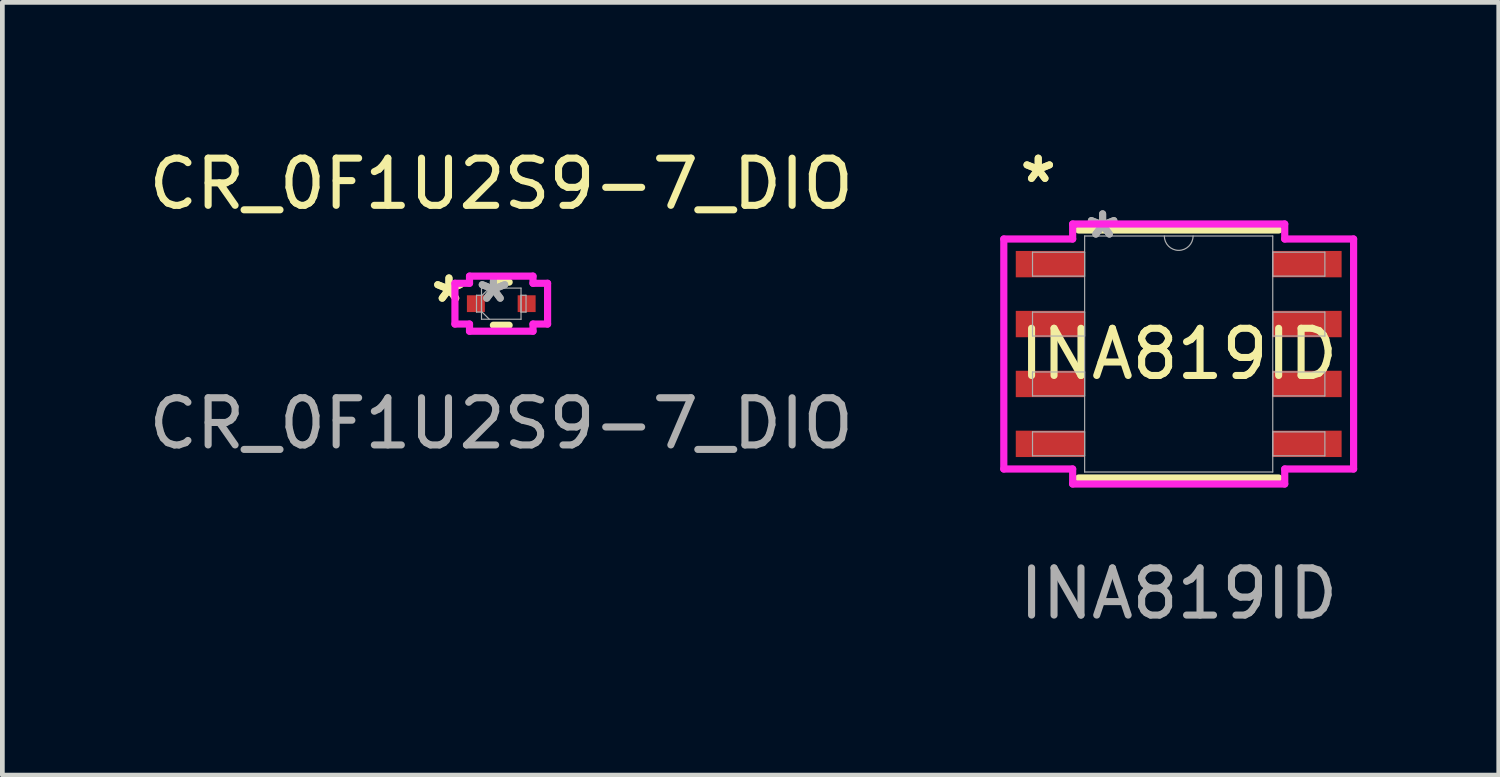
<source format=kicad_pcb>
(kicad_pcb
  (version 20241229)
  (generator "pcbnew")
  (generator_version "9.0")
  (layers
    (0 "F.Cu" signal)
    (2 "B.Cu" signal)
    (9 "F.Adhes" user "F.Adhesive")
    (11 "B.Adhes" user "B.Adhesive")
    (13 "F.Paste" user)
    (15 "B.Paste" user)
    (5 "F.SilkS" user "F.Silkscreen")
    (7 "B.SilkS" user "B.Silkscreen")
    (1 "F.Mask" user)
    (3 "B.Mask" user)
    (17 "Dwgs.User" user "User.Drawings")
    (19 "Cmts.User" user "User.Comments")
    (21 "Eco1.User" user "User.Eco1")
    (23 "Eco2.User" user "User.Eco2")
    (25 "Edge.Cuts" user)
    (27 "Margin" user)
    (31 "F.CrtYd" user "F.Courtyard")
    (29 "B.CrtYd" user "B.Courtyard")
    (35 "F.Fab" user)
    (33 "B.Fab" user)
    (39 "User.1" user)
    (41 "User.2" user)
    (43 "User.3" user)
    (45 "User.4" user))
  (footprint "CR_0F1U2S9-7_DIO"
    (layer "F.Cu")
    (at 7.577 3.388)
    (property "Reference" "CR_0F1U2S9-7_DIO" (at 0 -2.54 0) (unlocked yes) (layer "F.SilkS") (effects (font (size 1 1) (thickness 0.15))))
    (attr smd)
    (fp_line (start -0.167 0.457) (end 0.167 0.457) (stroke (width 0.152) (type solid)) (layer "F.SilkS"))
    (fp_line (start 0.167 -0.457) (end -0.167 -0.457) (stroke (width 0.152) (type solid)) (layer "F.SilkS"))
    (fp_line (start -0.982 -0.432) (end -0.673 -0.432) (stroke (width 0.152) (type solid)) (layer "F.CrtYd"))
    (fp_line (start -0.982 0.432) (end -0.982 -0.432) (stroke (width 0.152) (type solid)) (layer "F.CrtYd"))
    (fp_line (start -0.673 -0.584) (end 0.673 -0.584) (stroke (width 0.152) (type solid)) (layer "F.CrtYd"))
    (fp_line (start -0.673 -0.432) (end -0.673 -0.584) (stroke (width 0.152) (type solid)) (layer "F.CrtYd"))
    (fp_line (start -0.673 0.432) (end -0.982 0.432) (stroke (width 0.152) (type solid)) (layer "F.CrtYd"))
    (fp_line (start -0.673 0.584) (end -0.673 0.432) (stroke (width 0.152) (type solid)) (layer "F.CrtYd"))
    (fp_line (start 0.673 -0.584) (end 0.673 -0.432) (stroke (width 0.152) (type solid)) (layer "F.CrtYd"))
    (fp_line (start 0.673 -0.432) (end 0.982 -0.432) (stroke (width 0.152) (type solid)) (layer "F.CrtYd"))
    (fp_line (start 0.673 0.432) (end 0.673 0.584) (stroke (width 0.152) (type solid)) (layer "F.CrtYd"))
    (fp_line (start 0.673 0.584) (end -0.673 0.584) (stroke (width 0.152) (type solid)) (layer "F.CrtYd"))
    (fp_line (start 0.982 -0.432) (end 0.982 0.432) (stroke (width 0.152) (type solid)) (layer "F.CrtYd"))
    (fp_line (start 0.982 0.432) (end 0.673 0.432) (stroke (width 0.152) (type solid)) (layer "F.CrtYd"))
    (fp_line (start -0.525 -0.178) (end -0.525 0.178) (stroke (width 0.025) (type solid)) (layer "F.Fab"))
    (fp_line (start -0.525 0.178) (end -0.419 0.178) (stroke (width 0.025) (type solid)) (layer "F.Fab"))
    (fp_line (start -0.419 -0.33) (end -0.419 0.33) (stroke (width 0.025) (type solid)) (layer "F.Fab"))
    (fp_line (start -0.419 -0.178) (end -0.525 -0.178) (stroke (width 0.025) (type solid)) (layer "F.Fab"))
    (fp_line (start -0.419 -0.165) (end -0.254 -0.33) (stroke (width 0.025) (type solid)) (layer "F.Fab"))
    (fp_line (start -0.419 0.165) (end -0.254 0.33) (stroke (width 0.025) (type solid)) (layer "F.Fab"))
    (fp_line (start -0.419 0.178) (end -0.419 -0.178) (stroke (width 0.025) (type solid)) (layer "F.Fab"))
    (fp_line (start -0.419 0.33) (end 0.419 0.33) (stroke (width 0.025) (type solid)) (layer "F.Fab"))
    (fp_line (start 0.419 -0.33) (end -0.419 -0.33) (stroke (width 0.025) (type solid)) (layer "F.Fab"))
    (fp_line (start 0.419 -0.178) (end 0.419 0.178) (stroke (width 0.025) (type solid)) (layer "F.Fab"))
    (fp_line (start 0.419 0.178) (end 0.525 0.178) (stroke (width 0.025) (type solid)) (layer "F.Fab"))
    (fp_line (start 0.419 0.33) (end 0.419 -0.33) (stroke (width 0.025) (type solid)) (layer "F.Fab"))
    (fp_line (start 0.525 -0.178) (end 0.419 -0.178) (stroke (width 0.025) (type solid)) (layer "F.Fab"))
    (fp_line (start 0.525 0.178) (end 0.525 -0.178) (stroke (width 0.025) (type solid)) (layer "F.Fab"))
    (fp_text user "*" (at -1.109 0 0) (unlocked yes) (layer "F.SilkS") (effects (font (size 1 1) (thickness 0.15))))
    (fp_text user "*" (at -1.109 0 0) (layer "F.SilkS") (effects (font (size 1 1) (thickness 0.15))))
    (fp_text user "*" (at -0.165 0 0) (unlocked yes) (layer "F.Fab") (effects (font (size 1 1) (thickness 0.15))))
    (fp_text user "${REFERENCE}" (at 0 2.54 0) (unlocked yes) (layer "F.Fab") (effects (font (size 1 1) (thickness 0.15))))
    (fp_text user "*" (at -0.165 0 0) (layer "F.Fab") (effects (font (size 1 1) (thickness 0.15))))
    (pad "1" smd rect (at -0.538 0) (size 0.381 0.356) (layers "F.Cu" "F.Mask" "F.Paste"))
    (pad "2" smd rect (at 0.538 0) (size 0.381 0.356) (layers "F.Cu" "F.Mask" "F.Paste"))
    (zone (net_name "") (layer "F.Cu") (hatch full 0.508) (connect_pads) (min_thickness 0.254) (filled_areas_thickness no) (keepout (tracks not_allowed) (vias not_allowed) (pads allowed) (copperpour not_allowed) (footprints allowed)) (placement (enabled no)) (fill) (polygon (pts (xy 7.281 3.109) (xy 7.874 3.109) (xy 7.874 3.668) (xy 7.281 3.668)))))
  (footprint "INA819ID"
    (layer "F.Cu")
    (at 21.939 4.455)
    (property "Reference" "INA819ID" (at 0 0 0) (unlocked yes) (layer "F.SilkS") (effects (font (size 1 1) (thickness 0.15))))
    (attr smd)
    (fp_line (start -2.121 2.629) (end 2.121 2.629) (stroke (width 0.152) (type solid)) (layer "F.SilkS"))
    (fp_line (start 2.121 -2.629) (end -2.121 -2.629) (stroke (width 0.152) (type solid)) (layer "F.SilkS"))
    (fp_line (start -3.708 -2.438) (end -2.248 -2.438) (stroke (width 0.152) (type solid)) (layer "F.CrtYd"))
    (fp_line (start -3.708 2.438) (end -3.708 -2.438) (stroke (width 0.152) (type solid)) (layer "F.CrtYd"))
    (fp_line (start -3.708 2.438) (end -2.248 2.438) (stroke (width 0.152) (type solid)) (layer "F.CrtYd"))
    (fp_line (start -2.248 -2.756) (end 2.248 -2.756) (stroke (width 0.152) (type solid)) (layer "F.CrtYd"))
    (fp_line (start -2.248 -2.438) (end -2.248 -2.756) (stroke (width 0.152) (type solid)) (layer "F.CrtYd"))
    (fp_line (start -2.248 2.756) (end -2.248 2.438) (stroke (width 0.152) (type solid)) (layer "F.CrtYd"))
    (fp_line (start 2.248 -2.756) (end 2.248 -2.438) (stroke (width 0.152) (type solid)) (layer "F.CrtYd"))
    (fp_line (start 2.248 2.438) (end 2.248 2.756) (stroke (width 0.152) (type solid)) (layer "F.CrtYd"))
    (fp_line (start 2.248 2.756) (end -2.248 2.756) (stroke (width 0.152) (type solid)) (layer "F.CrtYd"))
    (fp_line (start 3.708 -2.438) (end 2.248 -2.438) (stroke (width 0.152) (type solid)) (layer "F.CrtYd"))
    (fp_line (start 3.708 -2.438) (end 3.708 2.438) (stroke (width 0.152) (type solid)) (layer "F.CrtYd"))
    (fp_line (start 3.708 2.438) (end 2.248 2.438) (stroke (width 0.152) (type solid)) (layer "F.CrtYd"))
    (fp_line (start -3.099 -2.159) (end -3.099 -1.651) (stroke (width 0.025) (type solid)) (layer "F.Fab"))
    (fp_line (start -3.099 -1.651) (end -1.994 -1.651) (stroke (width 0.025) (type solid)) (layer "F.Fab"))
    (fp_line (start -3.099 -0.889) (end -3.099 -0.381) (stroke (width 0.025) (type solid)) (layer "F.Fab"))
    (fp_line (start -3.099 -0.381) (end -1.994 -0.381) (stroke (width 0.025) (type solid)) (layer "F.Fab"))
    (fp_line (start -3.099 0.381) (end -3.099 0.889) (stroke (width 0.025) (type solid)) (layer "F.Fab"))
    (fp_line (start -3.099 0.889) (end -1.994 0.889) (stroke (width 0.025) (type solid)) (layer "F.Fab"))
    (fp_line (start -3.099 1.651) (end -3.099 2.159) (stroke (width 0.025) (type solid)) (layer "F.Fab"))
    (fp_line (start -3.099 2.159) (end -1.994 2.159) (stroke (width 0.025) (type solid)) (layer "F.Fab"))
    (fp_line (start -1.994 -2.502) (end -1.994 2.502) (stroke (width 0.025) (type solid)) (layer "F.Fab"))
    (fp_line (start -1.994 -2.159) (end -3.099 -2.159) (stroke (width 0.025) (type solid)) (layer "F.Fab"))
    (fp_line (start -1.994 -1.651) (end -1.994 -2.159) (stroke (width 0.025) (type solid)) (layer "F.Fab"))
    (fp_line (start -1.994 -0.889) (end -3.099 -0.889) (stroke (width 0.025) (type solid)) (layer "F.Fab"))
    (fp_line (start -1.994 -0.381) (end -1.994 -0.889) (stroke (width 0.025) (type solid)) (layer "F.Fab"))
    (fp_line (start -1.994 0.381) (end -3.099 0.381) (stroke (width 0.025) (type solid)) (layer "F.Fab"))
    (fp_line (start -1.994 0.889) (end -1.994 0.381) (stroke (width 0.025) (type solid)) (layer "F.Fab"))
    (fp_line (start -1.994 1.651) (end -3.099 1.651) (stroke (width 0.025) (type solid)) (layer "F.Fab"))
    (fp_line (start -1.994 2.159) (end -1.994 1.651) (stroke (width 0.025) (type solid)) (layer "F.Fab"))
    (fp_line (start -1.994 2.502) (end 1.994 2.502) (stroke (width 0.025) (type solid)) (layer "F.Fab"))
    (fp_line (start 1.994 -2.502) (end -1.994 -2.502) (stroke (width 0.025) (type solid)) (layer "F.Fab"))
    (fp_line (start 1.994 -2.159) (end 1.994 -1.651) (stroke (width 0.025) (type solid)) (layer "F.Fab"))
    (fp_line (start 1.994 -1.651) (end 3.099 -1.651) (stroke (width 0.025) (type solid)) (layer "F.Fab"))
    (fp_line (start 1.994 -0.889) (end 1.994 -0.381) (stroke (width 0.025) (type solid)) (layer "F.Fab"))
    (fp_line (start 1.994 -0.381) (end 3.099 -0.381) (stroke (width 0.025) (type solid)) (layer "F.Fab"))
    (fp_line (start 1.994 0.381) (end 1.994 0.889) (stroke (width 0.025) (type solid)) (layer "F.Fab"))
    (fp_line (start 1.994 0.889) (end 3.099 0.889) (stroke (width 0.025) (type solid)) (layer "F.Fab"))
    (fp_line (start 1.994 1.651) (end 1.994 2.159) (stroke (width 0.025) (type solid)) (layer "F.Fab"))
    (fp_line (start 1.994 2.159) (end 3.099 2.159) (stroke (width 0.025) (type solid)) (layer "F.Fab"))
    (fp_line (start 1.994 2.502) (end 1.994 -2.502) (stroke (width 0.025) (type solid)) (layer "F.Fab"))
    (fp_line (start 3.099 -2.159) (end 1.994 -2.159) (stroke (width 0.025) (type solid)) (layer "F.Fab"))
    (fp_line (start 3.099 -1.651) (end 3.099 -2.159) (stroke (width 0.025) (type solid)) (layer "F.Fab"))
    (fp_line (start 3.099 -0.889) (end 1.994 -0.889) (stroke (width 0.025) (type solid)) (layer "F.Fab"))
    (fp_line (start 3.099 -0.381) (end 3.099 -0.889) (stroke (width 0.025) (type solid)) (layer "F.Fab"))
    (fp_line (start 3.099 0.381) (end 1.994 0.381) (stroke (width 0.025) (type solid)) (layer "F.Fab"))
    (fp_line (start 3.099 0.889) (end 3.099 0.381) (stroke (width 0.025) (type solid)) (layer "F.Fab"))
    (fp_line (start 3.099 1.651) (end 1.994 1.651) (stroke (width 0.025) (type solid)) (layer "F.Fab"))
    (fp_line (start 3.099 2.159) (end 3.099 1.651) (stroke (width 0.025) (type solid)) (layer "F.Fab"))
    (fp_arc (start 0.3048 -2.5019) (mid 0 -2.1971) (end -0.3048 -2.5019) (stroke (width 0.0254) (type solid)) (layer "F.Fab"))
    (fp_text user "*" (at -2.978 -3.607 0) (unlocked yes) (layer "F.SilkS") (effects (font (size 1 1) (thickness 0.15))))
    (fp_text user "*" (at -2.978 -3.607 0) (layer "F.SilkS") (effects (font (size 1 1) (thickness 0.15))))
    (fp_text user "${REFERENCE}" (at 0 5.08 0) (unlocked yes) (layer "F.Fab") (effects (font (size 1 1) (thickness 0.15))))
    (fp_text user "*" (at -1.613 -2.426 0) (unlocked yes) (layer "F.Fab") (effects (font (size 1 1) (thickness 0.15))))
    (fp_text user "*" (at -1.613 -2.426 0) (layer "F.Fab") (effects (font (size 1 1) (thickness 0.15))))
    (pad "1" smd rect (at -2.724 -1.905) (size 1.46 0.559) (layers "F.Cu" "F.Mask" "F.Paste"))
    (pad "2" smd rect (at -2.724 -0.635) (size 1.46 0.559) (layers "F.Cu" "F.Mask" "F.Paste"))
    (pad "3" smd rect (at -2.724 0.635) (size 1.46 0.559) (layers "F.Cu" "F.Mask" "F.Paste"))
    (pad "4" smd rect (at -2.724 1.905) (size 1.46 0.559) (layers "F.Cu" "F.Mask" "F.Paste"))
    (pad "5" smd rect (at 2.724 1.905) (size 1.46 0.559) (layers "F.Cu" "F.Mask" "F.Paste"))
    (pad "6" smd rect (at 2.724 0.635) (size 1.46 0.559) (layers "F.Cu" "F.Mask" "F.Paste"))
    (pad "7" smd rect (at 2.724 -0.635) (size 1.46 0.559) (layers "F.Cu" "F.Mask" "F.Paste"))
    (pad "8" smd rect (at 2.724 -1.905) (size 1.46 0.559) (layers "F.Cu" "F.Mask" "F.Paste")))
  (gr_rect
    (start -3 -3)
    (end 28.724 13.383)
    (stroke (width 0.1) (type default))
    (fill no)
    (layer "Edge.Cuts")))
</source>
